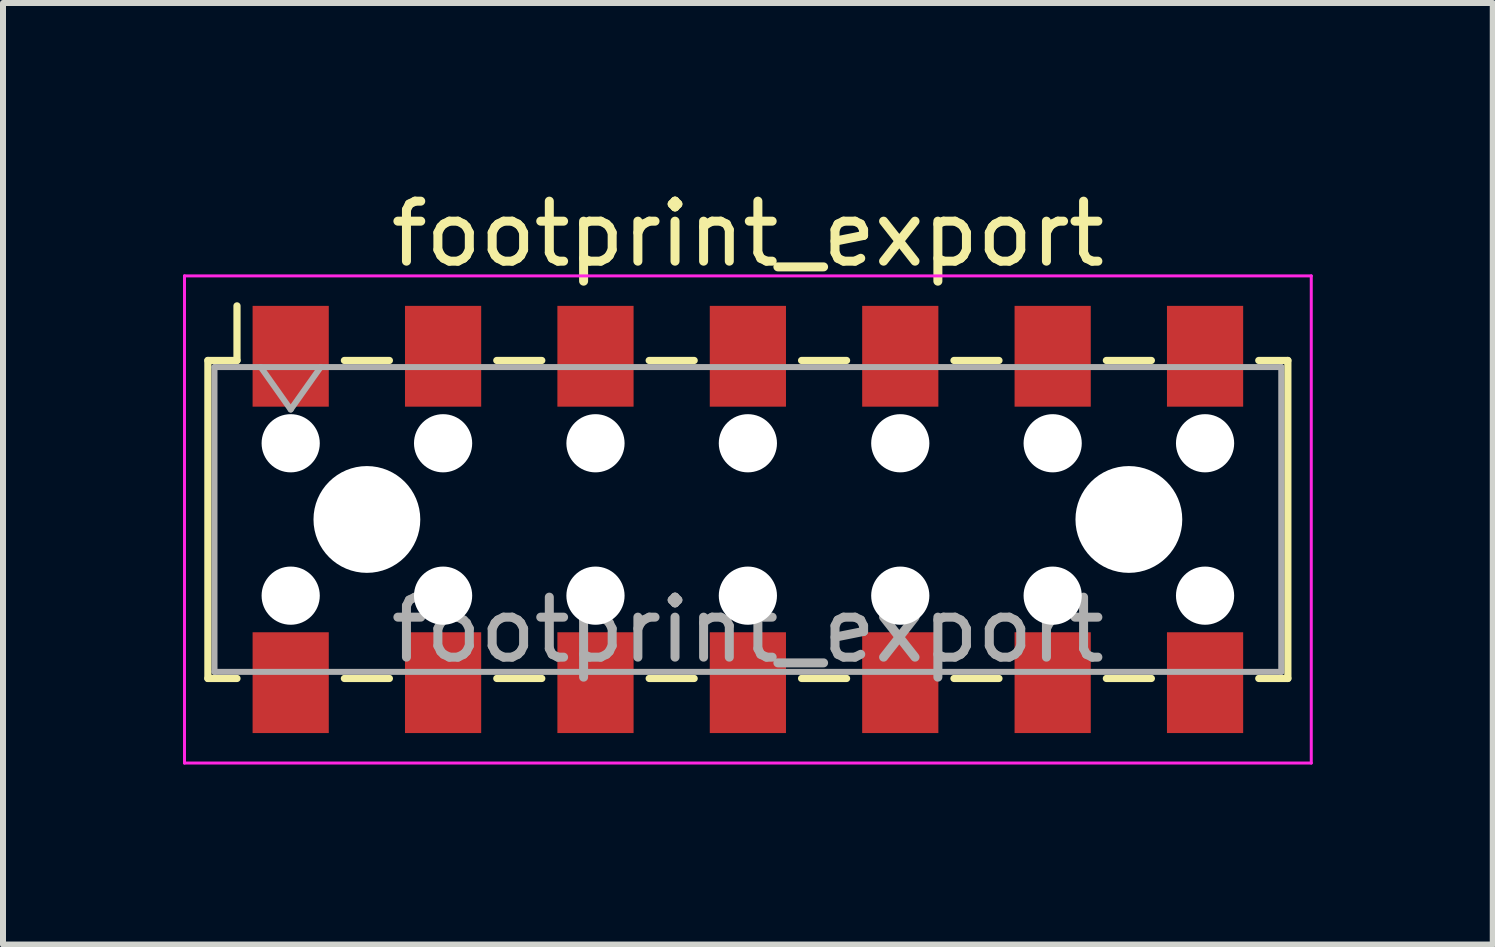
<source format=kicad_pcb>
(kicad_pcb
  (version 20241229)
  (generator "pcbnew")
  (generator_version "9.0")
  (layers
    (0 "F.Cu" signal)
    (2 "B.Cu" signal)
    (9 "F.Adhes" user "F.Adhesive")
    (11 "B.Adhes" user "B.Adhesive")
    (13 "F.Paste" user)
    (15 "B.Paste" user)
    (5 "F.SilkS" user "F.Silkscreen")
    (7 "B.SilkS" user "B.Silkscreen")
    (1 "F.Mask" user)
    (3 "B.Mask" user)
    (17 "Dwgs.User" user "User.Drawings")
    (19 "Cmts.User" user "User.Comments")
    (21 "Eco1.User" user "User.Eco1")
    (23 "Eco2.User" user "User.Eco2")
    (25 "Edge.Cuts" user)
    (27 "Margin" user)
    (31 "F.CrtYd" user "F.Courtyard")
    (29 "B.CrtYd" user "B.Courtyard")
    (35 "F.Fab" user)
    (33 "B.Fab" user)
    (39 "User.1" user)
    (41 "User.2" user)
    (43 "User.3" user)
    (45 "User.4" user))
  (footprint "footprint_export"
    (layer "F.Cu")
    (at 9.415 5.608)
    (property "Reference" "footprint_export" (at 0 -4.76 0) (layer "F.SilkS") (effects (font (size 1 1) (thickness 0.15))))
    (attr smd)
    (fp_line (start -9 -2.65) (end -9 2.65) (stroke (width 0.12) (type solid)) (layer "F.SilkS"))
    (fp_line (start -9 2.65) (end -8.515 2.65) (stroke (width 0.12) (type solid)) (layer "F.SilkS"))
    (fp_line (start -8.515 -3.56) (end -8.515 -2.65) (stroke (width 0.12) (type solid)) (layer "F.SilkS"))
    (fp_line (start -8.515 -2.65) (end -9 -2.65) (stroke (width 0.12) (type solid)) (layer "F.SilkS"))
    (fp_line (start -6.725 -2.65) (end -5.975 -2.65) (stroke (width 0.12) (type solid)) (layer "F.SilkS"))
    (fp_line (start -6.725 2.65) (end -5.975 2.65) (stroke (width 0.12) (type solid)) (layer "F.SilkS"))
    (fp_line (start -4.185 -2.65) (end -3.435 -2.65) (stroke (width 0.12) (type solid)) (layer "F.SilkS"))
    (fp_line (start -4.185 2.65) (end -3.435 2.65) (stroke (width 0.12) (type solid)) (layer "F.SilkS"))
    (fp_line (start -1.645 -2.65) (end -0.895 -2.65) (stroke (width 0.12) (type solid)) (layer "F.SilkS"))
    (fp_line (start -1.645 2.65) (end -0.895 2.65) (stroke (width 0.12) (type solid)) (layer "F.SilkS"))
    (fp_line (start 0.895 -2.65) (end 1.645 -2.65) (stroke (width 0.12) (type solid)) (layer "F.SilkS"))
    (fp_line (start 0.895 2.65) (end 1.645 2.65) (stroke (width 0.12) (type solid)) (layer "F.SilkS"))
    (fp_line (start 3.435 -2.65) (end 4.185 -2.65) (stroke (width 0.12) (type solid)) (layer "F.SilkS"))
    (fp_line (start 3.435 2.65) (end 4.185 2.65) (stroke (width 0.12) (type solid)) (layer "F.SilkS"))
    (fp_line (start 5.975 -2.65) (end 6.725 -2.65) (stroke (width 0.12) (type solid)) (layer "F.SilkS"))
    (fp_line (start 5.975 2.65) (end 6.725 2.65) (stroke (width 0.12) (type solid)) (layer "F.SilkS"))
    (fp_line (start 8.515 -2.65) (end 9 -2.65) (stroke (width 0.12) (type solid)) (layer "F.SilkS"))
    (fp_line (start 9 -2.65) (end 9 2.65) (stroke (width 0.12) (type solid)) (layer "F.SilkS"))
    (fp_line (start 9 2.65) (end 8.515 2.65) (stroke (width 0.12) (type solid)) (layer "F.SilkS"))
    (fp_line (start -9.39 -4.06) (end 9.39 -4.06) (stroke (width 0.05) (type solid)) (layer "F.CrtYd"))
    (fp_line (start -9.39 4.06) (end -9.39 -4.06) (stroke (width 0.05) (type solid)) (layer "F.CrtYd"))
    (fp_line (start 9.39 -4.06) (end 9.39 4.06) (stroke (width 0.05) (type solid)) (layer "F.CrtYd"))
    (fp_line (start 9.39 4.06) (end -9.39 4.06) (stroke (width 0.05) (type solid)) (layer "F.CrtYd"))
    (fp_line (start -8.89 -2.54) (end 8.89 -2.54) (stroke (width 0.1) (type solid)) (layer "F.Fab"))
    (fp_line (start -8.89 2.54) (end -8.89 -2.54) (stroke (width 0.1) (type solid)) (layer "F.Fab"))
    (fp_line (start -8.12 -2.54) (end -7.62 -1.833) (stroke (width 0.1) (type solid)) (layer "F.Fab"))
    (fp_line (start -7.62 -1.833) (end -7.12 -2.54) (stroke (width 0.1) (type solid)) (layer "F.Fab"))
    (fp_line (start 8.89 -2.54) (end 8.89 2.54) (stroke (width 0.1) (type solid)) (layer "F.Fab"))
    (fp_line (start 8.89 2.54) (end -8.89 2.54) (stroke (width 0.1) (type solid)) (layer "F.Fab"))
    (fp_text user "${REFERENCE}" (at 0 1.84 0) (layer "F.Fab") (effects (font (size 1 1) (thickness 0.15))))
    (pad "" np_thru_hole circle (at -7.62 -1.27) (size 0.97 0.97) (drill 0.97) (layers "*.Cu" "*.Mask"))
    (pad "" np_thru_hole circle (at -7.62 1.27) (size 0.97 0.97) (drill 0.97) (layers "*.Cu" "*.Mask"))
    (pad "" np_thru_hole circle (at -6.35 0) (size 1.78 1.78) (drill 1.78) (layers "*.Cu" "*.Mask"))
    (pad "" np_thru_hole circle (at -5.08 -1.27) (size 0.97 0.97) (drill 0.97) (layers "*.Cu" "*.Mask"))
    (pad "" np_thru_hole circle (at -5.08 1.27) (size 0.97 0.97) (drill 0.97) (layers "*.Cu" "*.Mask"))
    (pad "" np_thru_hole circle (at -2.54 -1.27) (size 0.97 0.97) (drill 0.97) (layers "*.Cu" "*.Mask"))
    (pad "" np_thru_hole circle (at -2.54 1.27) (size 0.97 0.97) (drill 0.97) (layers "*.Cu" "*.Mask"))
    (pad "" np_thru_hole circle (at 0 -1.27) (size 0.97 0.97) (drill 0.97) (layers "*.Cu" "*.Mask"))
    (pad "" np_thru_hole circle (at 0 1.27) (size 0.97 0.97) (drill 0.97) (layers "*.Cu" "*.Mask"))
    (pad "" np_thru_hole circle (at 2.54 -1.27) (size 0.97 0.97) (drill 0.97) (layers "*.Cu" "*.Mask"))
    (pad "" np_thru_hole circle (at 2.54 1.27) (size 0.97 0.97) (drill 0.97) (layers "*.Cu" "*.Mask"))
    (pad "" np_thru_hole circle (at 5.08 -1.27) (size 0.97 0.97) (drill 0.97) (layers "*.Cu" "*.Mask"))
    (pad "" np_thru_hole circle (at 5.08 1.27) (size 0.97 0.97) (drill 0.97) (layers "*.Cu" "*.Mask"))
    (pad "" np_thru_hole circle (at 6.35 0) (size 1.78 1.78) (drill 1.78) (layers "*.Cu" "*.Mask"))
    (pad "" np_thru_hole circle (at 7.62 -1.27) (size 0.97 0.97) (drill 0.97) (layers "*.Cu" "*.Mask"))
    (pad "" np_thru_hole circle (at 7.62 1.27) (size 0.97 0.97) (drill 0.97) (layers "*.Cu" "*.Mask"))
    (pad "1" smd rect (at -7.62 -2.72) (size 1.27 1.68) (layers "F.Cu" "F.Mask" "F.Paste"))
    (pad "2" smd rect (at -7.62 2.72) (size 1.27 1.68) (layers "F.Cu" "F.Mask" "F.Paste"))
    (pad "3" smd rect (at -5.08 -2.72) (size 1.27 1.68) (layers "F.Cu" "F.Mask" "F.Paste"))
    (pad "4" smd rect (at -5.08 2.72) (size 1.27 1.68) (layers "F.Cu" "F.Mask" "F.Paste"))
    (pad "5" smd rect (at -2.54 -2.72) (size 1.27 1.68) (layers "F.Cu" "F.Mask" "F.Paste"))
    (pad "6" smd rect (at -2.54 2.72) (size 1.27 1.68) (layers "F.Cu" "F.Mask" "F.Paste"))
    (pad "7" smd rect (at 0 -2.72) (size 1.27 1.68) (layers "F.Cu" "F.Mask" "F.Paste"))
    (pad "8" smd rect (at 0 2.72) (size 1.27 1.68) (layers "F.Cu" "F.Mask" "F.Paste"))
    (pad "9" smd rect (at 2.54 -2.72) (size 1.27 1.68) (layers "F.Cu" "F.Mask" "F.Paste"))
    (pad "10" smd rect (at 2.54 2.72) (size 1.27 1.68) (layers "F.Cu" "F.Mask" "F.Paste"))
    (pad "11" smd rect (at 5.08 -2.72) (size 1.27 1.68) (layers "F.Cu" "F.Mask" "F.Paste"))
    (pad "12" smd rect (at 5.08 2.72) (size 1.27 1.68) (layers "F.Cu" "F.Mask" "F.Paste"))
    (pad "13" smd rect (at 7.62 -2.72) (size 1.27 1.68) (layers "F.Cu" "F.Mask" "F.Paste"))
    (pad "14" smd rect (at 7.62 2.72) (size 1.27 1.68) (layers "F.Cu" "F.Mask" "F.Paste")))
  (gr_rect
    (start -3 -3)
    (end 21.83 12.693)
    (stroke (width 0.1) (type default))
    (fill no)
    (layer "Edge.Cuts")))
</source>
